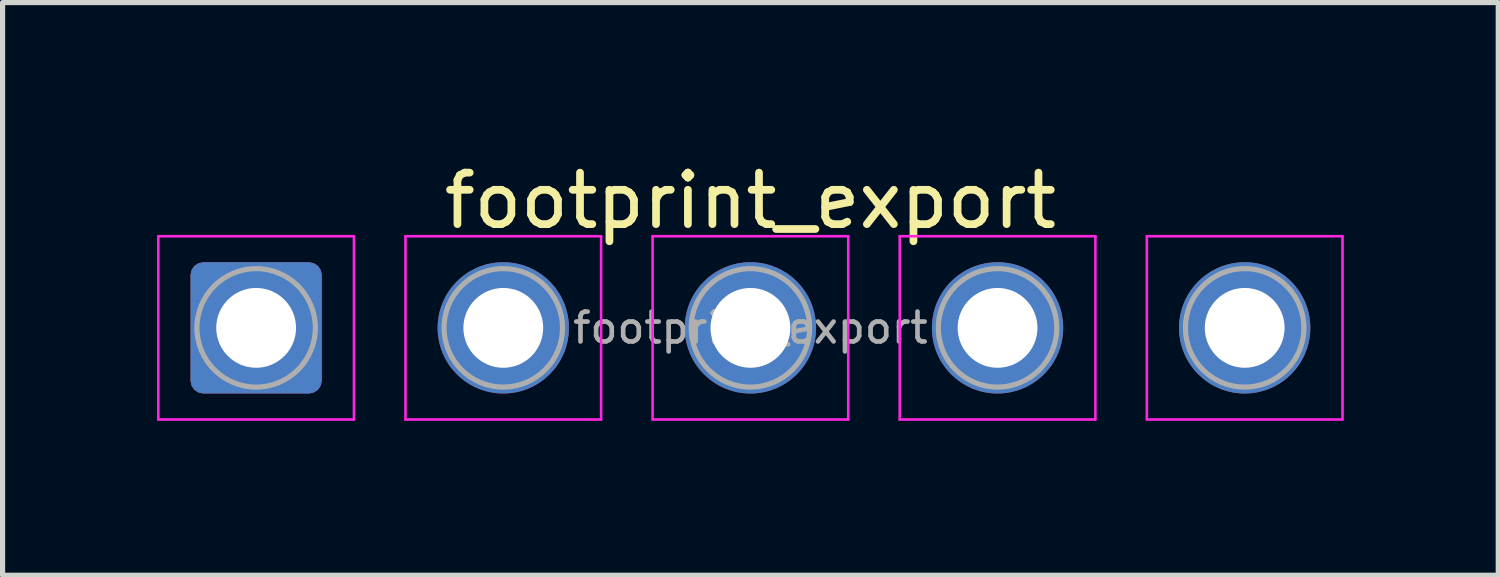
<source format=kicad_pcb>
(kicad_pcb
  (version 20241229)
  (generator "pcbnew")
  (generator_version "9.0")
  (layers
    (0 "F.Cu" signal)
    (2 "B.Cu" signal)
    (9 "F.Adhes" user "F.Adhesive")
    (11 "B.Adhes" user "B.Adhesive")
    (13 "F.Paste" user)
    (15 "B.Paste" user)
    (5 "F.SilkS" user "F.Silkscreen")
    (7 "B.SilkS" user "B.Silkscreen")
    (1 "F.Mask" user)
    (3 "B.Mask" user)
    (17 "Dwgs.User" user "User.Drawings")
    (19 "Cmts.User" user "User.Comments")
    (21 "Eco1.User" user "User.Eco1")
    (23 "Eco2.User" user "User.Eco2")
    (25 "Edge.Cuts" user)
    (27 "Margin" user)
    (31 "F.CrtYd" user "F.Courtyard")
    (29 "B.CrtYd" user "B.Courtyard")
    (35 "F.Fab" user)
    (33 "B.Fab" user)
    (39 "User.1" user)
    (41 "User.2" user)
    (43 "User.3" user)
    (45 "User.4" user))
  (footprint "footprint_export"
    (layer "F.Cu")
    (at 1.925 3.318)
    (property "Reference" "footprint_export" (at 9.6 -2.47 0) (layer "F.SilkS") (effects (font (size 1 1) (thickness 0.15))))
    (attr exclude_from_pos_files exclude_from_bom)
    (fp_line (start -1.9 -1.78) (end -1.9 1.78) (stroke (width 0.05) (type solid)) (layer "F.CrtYd"))
    (fp_line (start -1.9 1.78) (end 1.9 1.78) (stroke (width 0.05) (type solid)) (layer "F.CrtYd"))
    (fp_line (start 1.9 -1.78) (end -1.9 -1.78) (stroke (width 0.05) (type solid)) (layer "F.CrtYd"))
    (fp_line (start 1.9 1.78) (end 1.9 -1.78) (stroke (width 0.05) (type solid)) (layer "F.CrtYd"))
    (fp_line (start 2.9 -1.78) (end 2.9 1.78) (stroke (width 0.05) (type solid)) (layer "F.CrtYd"))
    (fp_line (start 2.9 1.78) (end 6.7 1.78) (stroke (width 0.05) (type solid)) (layer "F.CrtYd"))
    (fp_line (start 6.7 -1.78) (end 2.9 -1.78) (stroke (width 0.05) (type solid)) (layer "F.CrtYd"))
    (fp_line (start 6.7 1.78) (end 6.7 -1.78) (stroke (width 0.05) (type solid)) (layer "F.CrtYd"))
    (fp_line (start 7.7 -1.78) (end 7.7 1.78) (stroke (width 0.05) (type solid)) (layer "F.CrtYd"))
    (fp_line (start 7.7 1.78) (end 11.5 1.78) (stroke (width 0.05) (type solid)) (layer "F.CrtYd"))
    (fp_line (start 11.5 -1.78) (end 7.7 -1.78) (stroke (width 0.05) (type solid)) (layer "F.CrtYd"))
    (fp_line (start 11.5 1.78) (end 11.5 -1.78) (stroke (width 0.05) (type solid)) (layer "F.CrtYd"))
    (fp_line (start 12.5 -1.78) (end 12.5 1.78) (stroke (width 0.05) (type solid)) (layer "F.CrtYd"))
    (fp_line (start 12.5 1.78) (end 16.3 1.78) (stroke (width 0.05) (type solid)) (layer "F.CrtYd"))
    (fp_line (start 16.3 -1.78) (end 12.5 -1.78) (stroke (width 0.05) (type solid)) (layer "F.CrtYd"))
    (fp_line (start 16.3 1.78) (end 16.3 -1.78) (stroke (width 0.05) (type solid)) (layer "F.CrtYd"))
    (fp_line (start 17.3 -1.78) (end 17.3 1.78) (stroke (width 0.05) (type solid)) (layer "F.CrtYd"))
    (fp_line (start 17.3 1.78) (end 21.1 1.78) (stroke (width 0.05) (type solid)) (layer "F.CrtYd"))
    (fp_line (start 21.1 -1.78) (end 17.3 -1.78) (stroke (width 0.05) (type solid)) (layer "F.CrtYd"))
    (fp_line (start 21.1 1.78) (end 21.1 -1.78) (stroke (width 0.05) (type solid)) (layer "F.CrtYd"))
    (fp_circle (center 0 0) (end 1.15 0) (stroke (width 0.1) (type solid)) (fill no) (layer "F.Fab"))
    (fp_circle (center 4.8 0) (end 5.95 0) (stroke (width 0.1) (type solid)) (fill no) (layer "F.Fab"))
    (fp_circle (center 9.6 0) (end 10.75 0) (stroke (width 0.1) (type solid)) (fill no) (layer "F.Fab"))
    (fp_circle (center 14.4 0) (end 15.55 0) (stroke (width 0.1) (type solid)) (fill no) (layer "F.Fab"))
    (fp_circle (center 19.2 0) (end 20.35 0) (stroke (width 0.1) (type solid)) (fill no) (layer "F.Fab"))
    (fp_text user "${REFERENCE}" (at 9.6 0 0) (layer "F.Fab") (effects (font (size 0.58 0.58) (thickness 0.09))))
    (pad "1" thru_hole roundrect (at 0 0) (size 2.55 2.55) (drill 1.55) (layers "*.Cu" "*.Mask") (roundrect_rratio 0.098))
    (pad "2" thru_hole circle (at 4.8 0) (size 2.55 2.55) (drill 1.55) (layers "*.Cu" "*.Mask"))
    (pad "3" thru_hole circle (at 9.6 0) (size 2.55 2.55) (drill 1.55) (layers "*.Cu" "*.Mask"))
    (pad "4" thru_hole circle (at 14.4 0) (size 2.55 2.55) (drill 1.55) (layers "*.Cu" "*.Mask"))
    (pad "5" thru_hole circle (at 19.2 0) (size 2.55 2.55) (drill 1.55) (layers "*.Cu" "*.Mask")))
  (gr_rect
    (start -3 -3)
    (end 26.05 8.123)
    (stroke (width 0.1) (type default))
    (fill no)
    (layer "Edge.Cuts")))
</source>
